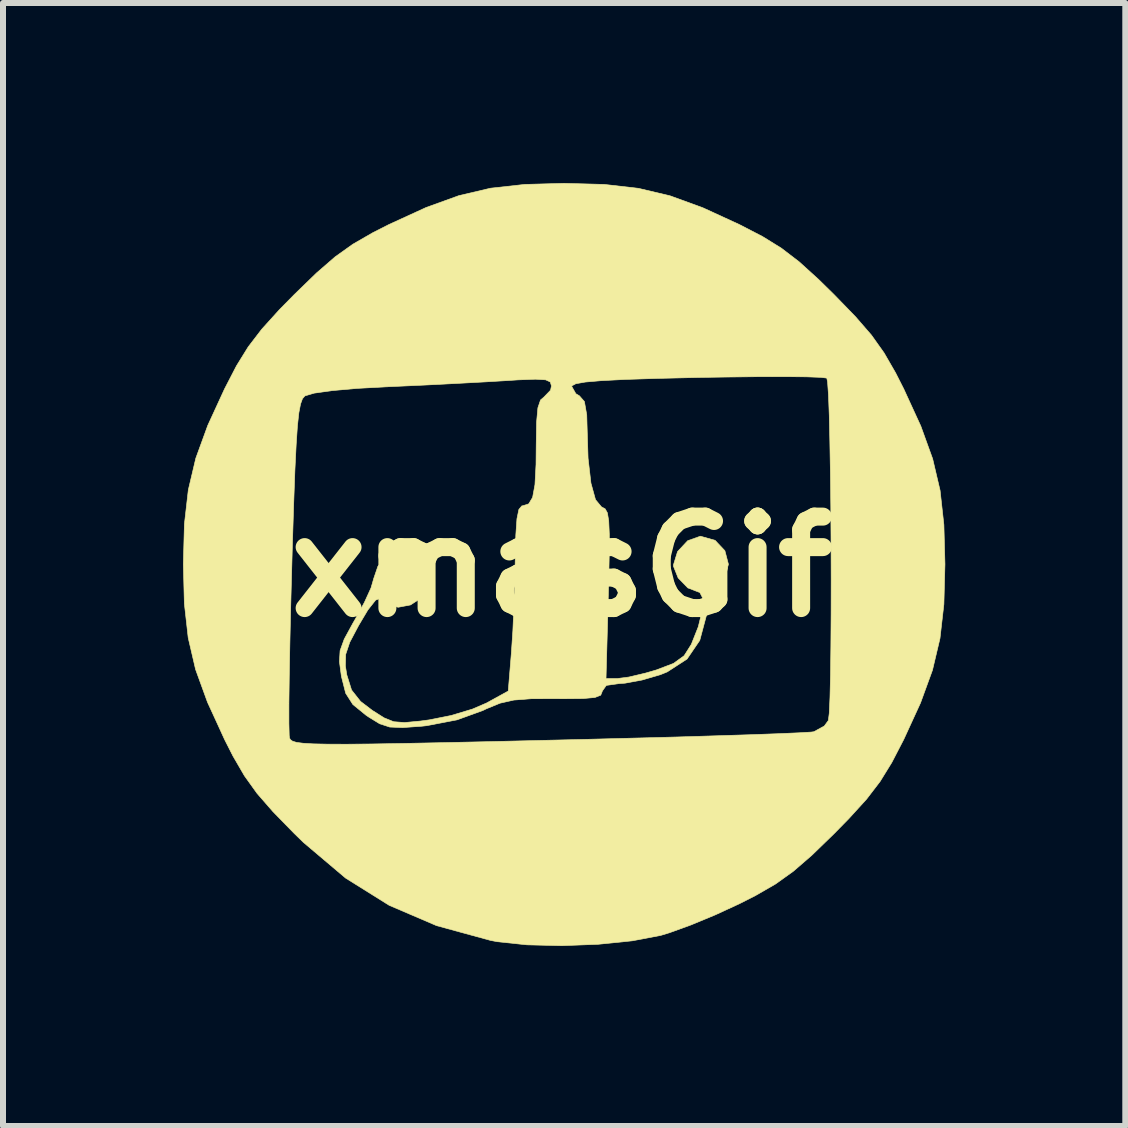
<source format=kicad_pcb>
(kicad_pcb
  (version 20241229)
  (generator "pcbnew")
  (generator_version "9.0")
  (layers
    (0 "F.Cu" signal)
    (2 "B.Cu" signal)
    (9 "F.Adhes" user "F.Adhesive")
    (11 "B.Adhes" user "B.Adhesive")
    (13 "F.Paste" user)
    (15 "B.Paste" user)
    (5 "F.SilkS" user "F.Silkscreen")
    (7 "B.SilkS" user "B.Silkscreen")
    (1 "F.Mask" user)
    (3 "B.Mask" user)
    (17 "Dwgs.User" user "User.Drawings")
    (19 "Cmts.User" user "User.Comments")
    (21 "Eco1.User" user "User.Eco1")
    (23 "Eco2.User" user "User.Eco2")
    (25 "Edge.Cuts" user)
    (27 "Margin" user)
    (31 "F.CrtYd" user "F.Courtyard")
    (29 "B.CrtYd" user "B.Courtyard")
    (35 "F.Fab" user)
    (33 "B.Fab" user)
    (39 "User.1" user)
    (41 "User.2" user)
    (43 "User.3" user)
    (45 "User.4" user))
  (footprint "xmasGif"
    (layer "F.Cu")
    (at 6.308 6.393)
    (property "Reference" "xmasGif" (at 0 0 0) (layer "F.SilkS") (effects (font (size 1.524 1.524) (thickness 0.3))))
    (attr through_hole)
    (fp_poly (pts (xy 0.711 -6.37) (xy 1.28 -6.305) (xy 1.808 -6.18) (xy 2.354 -5.981) (xy 2.963 -5.701) (xy 3.348 -5.502) (xy 3.663 -5.307) (xy 3.958 -5.081) (xy 4.282 -4.787) (xy 4.537 -4.537) (xy 4.896 -4.167) (xy 5.163 -3.859) (xy 5.374 -3.562) (xy 5.566 -3.229) (xy 5.701 -2.963) (xy 5.986 -2.342) (xy 6.183 -1.797) (xy 6.307 -1.269) (xy 6.37 -0.698) (xy 6.388 -0.042) (xy 6.37 0.626) (xy 6.305 1.195) (xy 6.18 1.723) (xy 5.981 2.269) (xy 5.701 2.879) (xy 5.502 3.263) (xy 5.307 3.579) (xy 5.081 3.874) (xy 4.787 4.197) (xy 4.537 4.452) (xy 4.167 4.811) (xy 3.859 5.077) (xy 3.564 5.288) (xy 3.231 5.48) (xy 2.963 5.616) (xy 2.562 5.801) (xy 2.152 5.971) (xy 1.796 6.1) (xy 1.651 6.144) (xy 1.178 6.234) (xy 0.609 6.292) (xy 0.003 6.315) (xy -0.577 6.301) (xy -1.071 6.249) (xy -1.185 6.227) (xy -2.084 5.981) (xy -2.874 5.642) (xy -3.6 5.188) (xy -4.302 4.594) (xy -4.452 4.448) (xy -4.81 4.081) (xy -5.075 3.777) (xy -5.285 3.484) (xy -5.476 3.155) (xy -5.616 2.879) (xy -5.738 2.612) (xy -4.544 2.612) (xy -4.539 2.81) (xy -4.534 2.855) (xy -4.517 2.884) (xy -4.482 2.908) (xy -4.416 2.928) (xy -4.305 2.942) (xy -4.138 2.952) (xy -3.9 2.957) (xy -3.579 2.958) (xy -3.163 2.954) (xy -2.637 2.945) (xy -1.989 2.932) (xy -1.206 2.915) (xy -0.275 2.893) (xy 0.404 2.877) (xy 1.176 2.857) (xy 1.901 2.838) (xy 2.559 2.818) (xy 3.132 2.8) (xy 3.601 2.783) (xy 3.949 2.768) (xy 4.155 2.756) (xy 4.203 2.75) (xy 4.377 2.655) (xy 4.445 2.562) (xy 4.46 2.442) (xy 4.472 2.181) (xy 4.481 1.802) (xy 4.487 1.331) (xy 4.491 0.792) (xy 4.492 0.208) (xy 4.49 -0.396) (xy 4.486 -0.995) (xy 4.479 -1.566) (xy 4.47 -2.084) (xy 4.46 -2.525) (xy 4.447 -2.864) (xy 4.432 -3.078) (xy 4.419 -3.143) (xy 4.321 -3.155) (xy 4.078 -3.164) (xy 3.713 -3.167) (xy 3.25 -3.166) (xy 2.711 -3.16) (xy 2.265 -3.153) (xy 1.581 -3.137) (xy 1.052 -3.12) (xy 0.662 -3.1) (xy 0.395 -3.077) (xy 0.237 -3.049) (xy 0.173 -3.015) (xy 0.169 -3.004) (xy 0.237 -2.883) (xy 0.296 -2.848) (xy 0.38 -2.752) (xy 0.419 -2.529) (xy 0.424 -2.352) (xy 0.441 -1.808) (xy 0.489 -1.392) (xy 0.565 -1.117) (xy 0.666 -0.995) (xy 0.674 -0.992) (xy 0.726 -0.964) (xy 0.763 -0.897) (xy 0.785 -0.764) (xy 0.795 -0.544) (xy 0.794 -0.211) (xy 0.784 0.259) (xy 0.779 0.454) (xy 0.74 1.863) (xy 0.934 1.863) (xy 1.124 1.838) (xy 1.398 1.773) (xy 1.577 1.721) (xy 1.866 1.611) (xy 2.042 1.483) (xy 2.161 1.295) (xy 2.162 1.293) (xy 2.278 1) (xy 2.344 0.73) (xy 2.353 0.526) (xy 2.302 0.427) (xy 2.283 0.423) (xy 2.103 0.353) (xy 1.942 0.187) (xy 1.864 -0.007) (xy 1.863 -0.028) (xy 1.932 -0.252) (xy 2.101 -0.433) (xy 2.312 -0.508) (xy 2.314 -0.508) (xy 2.558 -0.439) (xy 2.721 -0.266) (xy 2.78 -0.04) (xy 2.716 0.19) (xy 2.634 0.288) (xy 2.519 0.463) (xy 2.433 0.718) (xy 2.419 0.791) (xy 2.302 1.228) (xy 2.09 1.539) (xy 1.76 1.753) (xy 1.644 1.8) (xy 1.342 1.888) (xy 1.056 1.941) (xy 0.953 1.948) (xy 0.745 1.978) (xy 0.677 2.074) (xy 0.677 2.079) (xy 0.652 2.141) (xy 0.556 2.179) (xy 0.36 2.197) (xy 0.035 2.2) (xy -0.106 2.199) (xy -0.507 2.2) (xy -0.795 2.222) (xy -1.025 2.274) (xy -1.252 2.367) (xy -1.312 2.396) (xy -1.742 2.552) (xy -2.247 2.649) (xy -2.328 2.658) (xy -2.65 2.681) (xy -2.864 2.672) (xy -3.032 2.617) (xy -3.213 2.506) (xy -3.26 2.474) (xy -3.478 2.296) (xy -3.598 2.108) (xy -3.668 1.832) (xy -3.671 1.815) (xy -3.702 1.581) (xy -3.691 1.398) (xy -3.622 1.207) (xy -3.48 0.946) (xy -3.438 0.873) (xy -3.285 0.593) (xy -3.176 0.354) (xy -3.133 0.206) (xy -3.133 0.204) (xy -3.061 -0.007) (xy -2.89 -0.181) (xy -2.682 -0.254) (xy -2.682 -0.254) (xy -2.433 -0.184) (xy -2.271 -0.008) (xy -2.218 0.225) (xy -2.296 0.464) (xy -2.341 0.522) (xy -2.517 0.637) (xy -2.723 0.676) (xy -2.888 0.629) (xy -2.921 0.593) (xy -3.001 0.518) (xy -3.098 0.556) (xy -3.229 0.722) (xy -3.382 0.979) (xy -3.53 1.259) (xy -3.598 1.462) (xy -3.603 1.653) (xy -3.579 1.803) (xy -3.5 2.055) (xy -3.35 2.245) (xy -3.153 2.395) (xy -2.957 2.519) (xy -2.798 2.583) (xy -2.617 2.597) (xy -2.353 2.572) (xy -2.204 2.552) (xy -1.839 2.479) (xy -1.484 2.372) (xy -1.25 2.271) (xy -0.889 2.072) (xy -0.837 1.438) (xy -0.812 1.067) (xy -0.792 0.603) (xy -0.777 0.12) (xy -0.773 -0.106) (xy -0.763 -0.525) (xy -0.744 -0.799) (xy -0.712 -0.954) (xy -0.663 -1.013) (xy -0.644 -1.016) (xy -0.548 -1.047) (xy -0.483 -1.155) (xy -0.444 -1.366) (xy -0.426 -1.705) (xy -0.423 -2.03) (xy -0.417 -2.408) (xy -0.395 -2.648) (xy -0.351 -2.778) (xy -0.296 -2.825) (xy -0.184 -2.941) (xy -0.169 -3.012) (xy -0.188 -3.078) (xy -0.266 -3.114) (xy -0.435 -3.124) (xy -0.726 -3.113) (xy -0.91 -3.101) (xy -1.28 -3.079) (xy -1.76 -3.053) (xy -2.293 -3.026) (xy -2.82 -3.002) (xy -2.895 -2.999) (xy -3.409 -2.971) (xy -3.826 -2.934) (xy -4.123 -2.892) (xy -4.274 -2.847) (xy -4.278 -2.845) (xy -4.318 -2.799) (xy -4.35 -2.711) (xy -4.378 -2.566) (xy -4.402 -2.345) (xy -4.423 -2.031) (xy -4.444 -1.607) (xy -4.464 -1.056) (xy -4.486 -0.361) (xy -4.496 0.002) (xy -4.514 0.67) (xy -4.528 1.286) (xy -4.538 1.829) (xy -4.544 2.278) (xy -4.544 2.612) (xy -5.738 2.612) (xy -5.901 2.257) (xy -6.099 1.712) (xy -6.222 1.184) (xy -6.286 0.614) (xy -6.303 -0.042) (xy -6.285 -0.711) (xy -6.22 -1.28) (xy -6.095 -1.808) (xy -5.896 -2.354) (xy -5.616 -2.963) (xy -5.417 -3.348) (xy -5.222 -3.663) (xy -4.996 -3.958) (xy -4.703 -4.282) (xy -4.452 -4.537) (xy -4.082 -4.896) (xy -3.774 -5.163) (xy -3.478 -5.374) (xy -3.145 -5.566) (xy -2.879 -5.701) (xy -2.257 -5.986) (xy -1.712 -6.183) (xy -1.184 -6.307) (xy -0.614 -6.37) (xy 0.042 -6.388) (xy 0.711 -6.37)) (stroke (width 0.01) (type solid)) (fill yes) (layer "F.SilkS")))
  (gr_rect
    (start -3 -3)
    (end 15.701 15.713)
    (stroke (width 0.1) (type default))
    (fill no)
    (layer "Edge.Cuts")))
</source>
